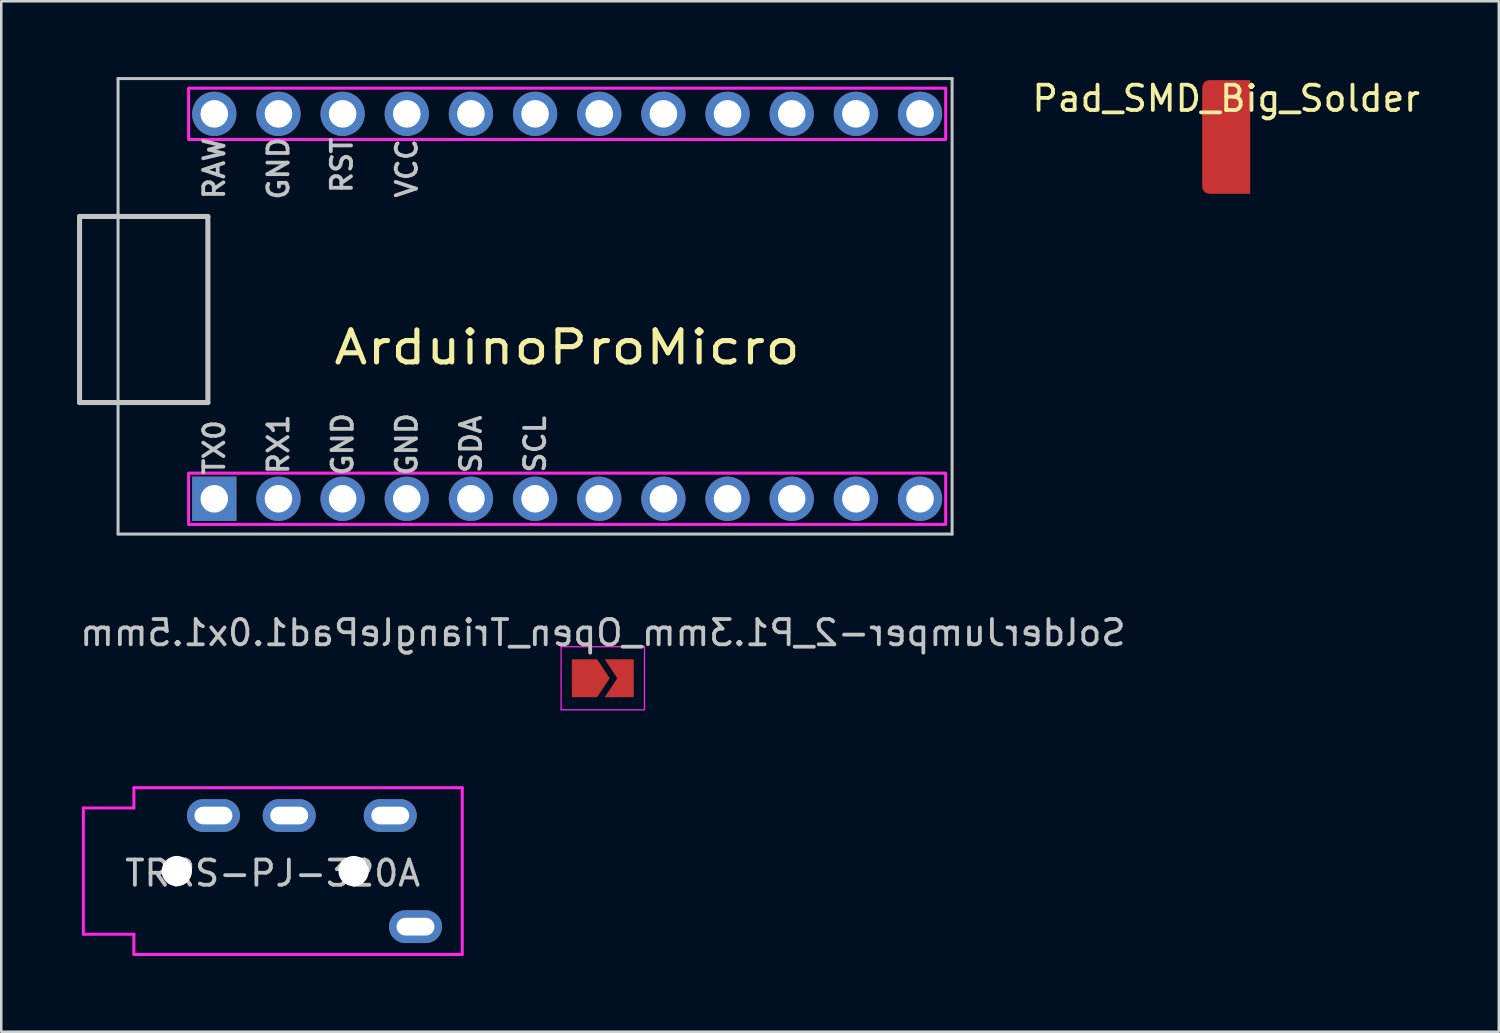
<source format=kicad_pcb>
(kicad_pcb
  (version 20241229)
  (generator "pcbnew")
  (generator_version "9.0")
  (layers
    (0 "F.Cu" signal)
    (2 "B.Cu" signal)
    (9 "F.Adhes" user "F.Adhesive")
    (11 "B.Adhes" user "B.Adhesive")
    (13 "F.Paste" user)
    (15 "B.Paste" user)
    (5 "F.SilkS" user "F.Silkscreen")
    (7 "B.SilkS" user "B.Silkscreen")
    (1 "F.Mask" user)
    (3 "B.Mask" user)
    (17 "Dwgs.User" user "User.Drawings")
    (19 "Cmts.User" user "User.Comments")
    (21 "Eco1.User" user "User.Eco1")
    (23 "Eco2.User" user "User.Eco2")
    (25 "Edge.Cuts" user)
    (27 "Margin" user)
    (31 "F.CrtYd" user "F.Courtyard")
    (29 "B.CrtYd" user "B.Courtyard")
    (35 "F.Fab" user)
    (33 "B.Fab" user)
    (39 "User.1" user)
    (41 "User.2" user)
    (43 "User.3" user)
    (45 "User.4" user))
  (footprint "SolderJumper-2_P1.3mm_Open_TrianglePad1.0x1.5mm"
    (layer "F.Cu")
    (at 20.815 23.802)
    (property "Reference" "SolderJumper-2_P1.3mm_Open_TrianglePad1.0x1.5mm" (at 0 -1.8 0) (layer "Dwgs.User") (effects (font (size 1 1) (thickness 0.15)) (justify mirror)))
    (attr exclude_from_pos_files exclude_from_bom allow_soldermask_bridges)
    (fp_rect (start -1.225 -0.75) (end 1.225 0.75) (stroke (width 0) (type default)) (fill yes) (layer "F.Mask"))
    (fp_line (start -1.65 -1.25) (end -1.65 1.25) (stroke (width 0.05) (type solid)) (layer "F.CrtYd"))
    (fp_line (start -1.65 -1.25) (end 1.65 -1.25) (stroke (width 0.05) (type solid)) (layer "F.CrtYd"))
    (fp_line (start 1.65 1.25) (end -1.65 1.25) (stroke (width 0.05) (type solid)) (layer "F.CrtYd"))
    (fp_line (start 1.65 1.25) (end 1.65 -1.25) (stroke (width 0.05) (type solid)) (layer "F.CrtYd"))
    (pad "1" smd custom (at -0.725 0) (size 0.3 0.3) (layers "F.Cu" "F.Mask") (options (anchor rect)) (primitives (gr_poly (pts (xy 1 0) (xy 0.5 0.75) (xy -0.5 0.75) (xy -0.5 -0.75) (xy 0.5 -0.75)) (width 0) (fill yes))))
    (pad "2" smd custom (at 0.725 0) (size 0.3 0.3) (layers "F.Cu" "F.Mask") (options (anchor rect)) (primitives (gr_poly (pts (xy 0.5 0.75) (xy -0.65 0.75) (xy -0.15 0) (xy -0.65 -0.75) (xy 0.5 -0.75)) (width 0) (fill yes)))))
  (footprint "ArduinoProMicro"
    (layer "F.Cu")
    (at 19.404 9.077)
    (property "Reference" "ArduinoProMicro" (at 0 1.625 180) (layer "F.SilkS") (effects (font (size 1.27 1.524) (thickness 0.203))))
    (attr through_hole)
    (fp_line (start -19.304 -3.556) (end -14.224 -3.556) (stroke (width 0.2) (type solid)) (layer "Dwgs.User"))
    (fp_line (start -19.304 3.81) (end -19.304 -3.556) (stroke (width 0.2) (type solid)) (layer "Dwgs.User"))
    (fp_line (start -17.78 -9.017) (end -17.78 9.017) (stroke (width 0.12) (type solid)) (layer "Dwgs.User"))
    (fp_line (start -17.78 -9.017) (end 15.24 -9.017) (stroke (width 0.12) (type solid)) (layer "Dwgs.User"))
    (fp_line (start -17.78 9.017) (end 15.24 9.017) (stroke (width 0.12) (type solid)) (layer "Dwgs.User"))
    (fp_line (start -14.224 -3.556) (end -14.224 3.81) (stroke (width 0.2) (type solid)) (layer "Dwgs.User"))
    (fp_line (start -14.224 3.81) (end -19.304 3.81) (stroke (width 0.2) (type solid)) (layer "Dwgs.User"))
    (fp_line (start 15.24 -9.017) (end 15.24 9.017) (stroke (width 0.12) (type solid)) (layer "Dwgs.User"))
    (fp_rect (start -14.986 -8.636) (end 14.986 -6.604) (stroke (width 0.12) (type default)) (fill no) (layer "F.CrtYd"))
    (fp_rect (start -14.986 6.604) (end 14.986 8.636) (stroke (width 0.12) (type default)) (fill no) (layer "F.CrtYd"))
    (fp_text user "SDA" (at -3.81 5.461 90) (layer "Dwgs.User") (effects (font (size 0.8 0.8) (thickness 0.15))))
    (fp_text user "RST" (at -8.92 -5.588 90) (layer "Dwgs.User") (effects (font (size 0.8 0.8) (thickness 0.15))))
    (fp_text user "GND" (at -11.43 -5.461 90) (layer "Dwgs.User") (effects (font (size 0.8 0.8) (thickness 0.15))))
    (fp_text user "RX1" (at -11.43 5.461 90) (layer "Dwgs.User") (effects (font (size 0.8 0.8) (thickness 0.15))))
    (fp_text user "GND" (at -8.89 5.461 90) (layer "Dwgs.User") (effects (font (size 0.8 0.8) (thickness 0.15))))
    (fp_text user "TX0" (at -13.97 5.588 90) (layer "Dwgs.User") (effects (font (size 0.8 0.8) (thickness 0.15))))
    (fp_text user "SCL" (at -1.27 5.461 90) (layer "Dwgs.User") (effects (font (size 0.8 0.8) (thickness 0.15))))
    (fp_text user "VCC" (at -6.35 -5.461 90) (layer "Dwgs.User") (effects (font (size 0.8 0.8) (thickness 0.15))))
    (fp_text user "RAW" (at -13.97 -5.461 90) (layer "Dwgs.User") (effects (font (size 0.8 0.8) (thickness 0.15))))
    (fp_text user "GND" (at -6.35 5.461 90) (layer "Dwgs.User") (effects (font (size 0.8 0.8) (thickness 0.15))))
    (pad "1" thru_hole rect (at -13.97 7.62) (size 1.753 1.753) (drill 1.092) (layers "*.Cu" "*.Mask"))
    (pad "2" thru_hole circle (at -11.43 7.62) (size 1.753 1.753) (drill 1.092) (layers "*.Cu" "*.Mask"))
    (pad "3" thru_hole circle (at -8.89 7.62) (size 1.753 1.753) (drill 1.092) (layers "*.Cu" "*.Mask"))
    (pad "4" thru_hole circle (at -6.35 7.62) (size 1.753 1.753) (drill 1.092) (layers "*.Cu" "*.Mask"))
    (pad "5" thru_hole circle (at -3.81 7.62) (size 1.753 1.753) (drill 1.092) (layers "*.Cu" "*.Mask"))
    (pad "6" thru_hole circle (at -1.27 7.62) (size 1.753 1.753) (drill 1.092) (layers "*.Cu" "*.Mask"))
    (pad "7" thru_hole circle (at 1.27 7.62) (size 1.753 1.753) (drill 1.092) (layers "*.Cu" "*.Mask"))
    (pad "8" thru_hole circle (at 3.81 7.62) (size 1.753 1.753) (drill 1.092) (layers "*.Cu" "*.Mask"))
    (pad "9" thru_hole circle (at 6.35 7.62) (size 1.753 1.753) (drill 1.092) (layers "*.Cu" "*.Mask"))
    (pad "10" thru_hole circle (at 8.89 7.62) (size 1.753 1.753) (drill 1.092) (layers "*.Cu" "*.Mask"))
    (pad "11" thru_hole circle (at 11.43 7.62) (size 1.753 1.753) (drill 1.092) (layers "*.Cu" "*.Mask"))
    (pad "12" thru_hole circle (at 13.97 7.62) (size 1.753 1.753) (drill 1.092) (layers "*.Cu" "*.Mask"))
    (pad "13" thru_hole circle (at 13.97 -7.62) (size 1.753 1.753) (drill 1.092) (layers "*.Cu" "*.Mask"))
    (pad "14" thru_hole circle (at 11.43 -7.62) (size 1.753 1.753) (drill 1.092) (layers "*.Cu" "*.Mask"))
    (pad "15" thru_hole circle (at 8.89 -7.62) (size 1.753 1.753) (drill 1.092) (layers "*.Cu" "*.Mask"))
    (pad "16" thru_hole circle (at 6.35 -7.62) (size 1.753 1.753) (drill 1.092) (layers "*.Cu" "*.Mask"))
    (pad "17" thru_hole circle (at 3.81 -7.62) (size 1.753 1.753) (drill 1.092) (layers "*.Cu" "*.Mask"))
    (pad "18" thru_hole circle (at 1.27 -7.62) (size 1.753 1.753) (drill 1.092) (layers "*.Cu" "*.Mask"))
    (pad "19" thru_hole circle (at -1.27 -7.62) (size 1.753 1.753) (drill 1.092) (layers "*.Cu" "*.Mask"))
    (pad "20" thru_hole circle (at -3.81 -7.62) (size 1.753 1.753) (drill 1.092) (layers "*.Cu" "*.Mask"))
    (pad "21" thru_hole circle (at -6.35 -7.62) (size 1.753 1.753) (drill 1.092) (layers "*.Cu" "*.Mask"))
    (pad "22" thru_hole circle (at -8.89 -7.62) (size 1.753 1.753) (drill 1.092) (layers "*.Cu" "*.Mask"))
    (pad "23" thru_hole circle (at -11.43 -7.62) (size 1.753 1.753) (drill 1.092) (layers "*.Cu" "*.Mask"))
    (pad "24" thru_hole circle (at -13.97 -7.62) (size 1.753 1.753) (drill 1.092) (layers "*.Cu" "*.Mask")))
  (footprint "TRRS-PJ-320A"
    (layer "F.Cu")
    (at 0.25 29.237)
    (property "Reference" "TRRS-PJ-320A" (at 7.493 2.286 0) (layer "Dwgs.User") (effects (font (size 1 1) (thickness 0.15))))
    (attr through_hole)
    (fp_line (start 0 -0.3) (end 2 -0.3) (stroke (width 0.12) (type solid)) (layer "F.CrtYd"))
    (fp_line (start 0 0) (end 0 -0.3) (stroke (width 0.12) (type solid)) (layer "F.CrtYd"))
    (fp_line (start 0 0) (end 0 4.7) (stroke (width 0.12) (type solid)) (layer "F.CrtYd"))
    (fp_line (start 0 4.7) (end 2 4.7) (stroke (width 0.12) (type solid)) (layer "F.CrtYd"))
    (fp_line (start 2 -1.1) (end 15 -1.1) (stroke (width 0.12) (type solid)) (layer "F.CrtYd"))
    (fp_line (start 2 -0.3) (end 2 -1.1) (stroke (width 0.12) (type solid)) (layer "F.CrtYd"))
    (fp_line (start 2 4.7) (end 2 5.5) (stroke (width 0.12) (type solid)) (layer "F.CrtYd"))
    (fp_line (start 2 5.5) (end 15 5.5) (stroke (width 0.12) (type solid)) (layer "F.CrtYd"))
    (fp_line (start 15 -1.1) (end 15 5.5) (stroke (width 0.12) (type solid)) (layer "F.CrtYd"))
    (pad "" np_thru_hole circle (at 3.7 2.2) (size 1.2 1.2) (drill 1.2) (layers "*.Cu"))
    (pad "" np_thru_hole circle (at 10.7 2.2) (size 1.2 1.2) (drill 1.2) (layers "*.Cu"))
    (pad "1" thru_hole oval (at 13.15 4.4) (size 2.1 1.3) (drill oval 1.5 0.7) (layers "*.Cu" "*.Mask"))
    (pad "2" thru_hole oval (at 12.15 0) (size 2.1 1.3) (drill oval 1.5 0.7) (layers "*.Cu" "*.Mask"))
    (pad "3" thru_hole oval (at 8.15 0) (size 2.1 1.3) (drill oval 1.5 0.7) (layers "*.Cu" "*.Mask"))
    (pad "4" thru_hole oval (at 5.15 0) (size 2.1 1.3) (drill oval 1.5 0.7) (layers "*.Cu" "*.Mask")))
  (footprint "Pad_SMD_Big_Solder"
    (layer "F.Cu")
    (at 45.496 2.372)
    (property "Reference" "Pad_SMD_Big_Solder" (at 0 -1.524 0) (unlocked yes) (layer "F.SilkS") (effects (font (size 1 1) (thickness 0.15))))
    (attr smd)
    (pad "1" smd roundrect (at 0 0) (size 1.9 4.5) (layers "F.Cu" "F.Mask" "F.Paste") (roundrect_rratio 0.15) (chamfer_ratio 0) (chamfer top_right bottom_right)))
  (gr_rect
    (start -3 -3)
    (end 56.287 37.797)
    (stroke (width 0.1) (type default))
    (fill no)
    (layer "Edge.Cuts")))
</source>
